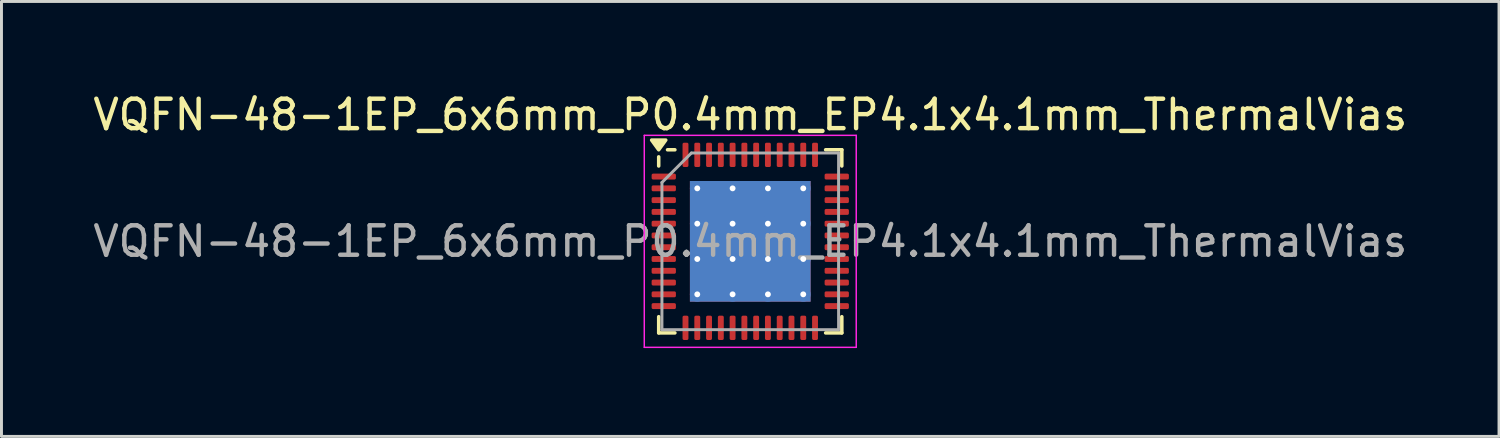
<source format=kicad_pcb>
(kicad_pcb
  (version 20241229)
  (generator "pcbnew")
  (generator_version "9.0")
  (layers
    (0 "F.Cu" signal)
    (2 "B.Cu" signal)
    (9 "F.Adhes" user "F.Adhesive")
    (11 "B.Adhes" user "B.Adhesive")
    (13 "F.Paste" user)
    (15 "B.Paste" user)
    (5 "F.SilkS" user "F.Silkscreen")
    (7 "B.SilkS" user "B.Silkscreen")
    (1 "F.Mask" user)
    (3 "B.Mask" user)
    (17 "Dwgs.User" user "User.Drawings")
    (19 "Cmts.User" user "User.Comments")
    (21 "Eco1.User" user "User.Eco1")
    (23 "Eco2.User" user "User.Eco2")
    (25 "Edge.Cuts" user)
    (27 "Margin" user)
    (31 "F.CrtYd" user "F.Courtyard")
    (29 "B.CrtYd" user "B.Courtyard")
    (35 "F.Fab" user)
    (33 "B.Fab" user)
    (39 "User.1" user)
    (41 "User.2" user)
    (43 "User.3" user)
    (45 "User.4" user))
  (footprint "VQFN-48-1EP_6x6mm_P0.4mm_EP4.1x4.1mm_ThermalVias"
    (layer "F.Cu")
    (at 22.435 5.148)
    (property "Reference" "VQFN-48-1EP_6x6mm_P0.4mm_EP4.1x4.1mm_ThermalVias" (at 0 -4.3 0) (layer "F.SilkS") (effects (font (size 1 1) (thickness 0.15))))
    (attr smd)
    (fp_line (start -3.11 -2.56) (end -3.11 -2.87) (stroke (width 0.12) (type solid)) (layer "F.SilkS"))
    (fp_line (start -3.11 3.11) (end -3.11 2.56) (stroke (width 0.12) (type solid)) (layer "F.SilkS"))
    (fp_line (start -2.56 -3.11) (end -2.81 -3.11) (stroke (width 0.12) (type solid)) (layer "F.SilkS"))
    (fp_line (start -2.56 3.11) (end -3.11 3.11) (stroke (width 0.12) (type solid)) (layer "F.SilkS"))
    (fp_line (start 2.56 -3.11) (end 3.11 -3.11) (stroke (width 0.12) (type solid)) (layer "F.SilkS"))
    (fp_line (start 2.56 3.11) (end 3.11 3.11) (stroke (width 0.12) (type solid)) (layer "F.SilkS"))
    (fp_line (start 3.11 -3.11) (end 3.11 -2.56) (stroke (width 0.12) (type solid)) (layer "F.SilkS"))
    (fp_line (start 3.11 3.11) (end 3.11 2.56) (stroke (width 0.12) (type solid)) (layer "F.SilkS"))
    (fp_poly (pts (xy -3.11 -3.11) (xy -3.35 -3.44) (xy -2.87 -3.44) (xy -3.11 -3.11)) (stroke (width 0.12) (type solid)) (fill yes) (layer "F.SilkS"))
    (fp_line (start -3.6 -3.6) (end -3.6 3.6) (stroke (width 0.05) (type solid)) (layer "F.CrtYd"))
    (fp_line (start -3.6 3.6) (end 3.6 3.6) (stroke (width 0.05) (type solid)) (layer "F.CrtYd"))
    (fp_line (start 3.6 -3.6) (end -3.6 -3.6) (stroke (width 0.05) (type solid)) (layer "F.CrtYd"))
    (fp_line (start 3.6 3.6) (end 3.6 -3.6) (stroke (width 0.05) (type solid)) (layer "F.CrtYd"))
    (fp_line (start -3 -2) (end -2 -3) (stroke (width 0.1) (type solid)) (layer "F.Fab"))
    (fp_line (start -3 3) (end -3 -2) (stroke (width 0.1) (type solid)) (layer "F.Fab"))
    (fp_line (start -2 -3) (end 3 -3) (stroke (width 0.1) (type solid)) (layer "F.Fab"))
    (fp_line (start 3 -3) (end 3 3) (stroke (width 0.1) (type solid)) (layer "F.Fab"))
    (fp_line (start 3 3) (end -3 3) (stroke (width 0.1) (type solid)) (layer "F.Fab"))
    (fp_text user "${REFERENCE}" (at 0 0 0) (layer "F.Fab") (effects (font (size 1 1) (thickness 0.15))))
    (pad "" smd roundrect (at -1.37 -1.37) (size 1.1 1.1) (layers "F.Paste") (roundrect_rratio 0.227))
    (pad "" smd roundrect (at -1.37 0) (size 1.1 1.1) (layers "F.Paste") (roundrect_rratio 0.227))
    (pad "" smd roundrect (at -1.37 1.37) (size 1.1 1.1) (layers "F.Paste") (roundrect_rratio 0.227))
    (pad "" smd roundrect (at 0 -1.37) (size 1.1 1.1) (layers "F.Paste") (roundrect_rratio 0.227))
    (pad "" smd roundrect (at 0 0) (size 1.1 1.1) (layers "F.Paste") (roundrect_rratio 0.227))
    (pad "" smd roundrect (at 0 1.37) (size 1.1 1.1) (layers "F.Paste") (roundrect_rratio 0.227))
    (pad "" smd roundrect (at 1.37 -1.37) (size 1.1 1.1) (layers "F.Paste") (roundrect_rratio 0.227))
    (pad "" smd roundrect (at 1.37 0) (size 1.1 1.1) (layers "F.Paste") (roundrect_rratio 0.227))
    (pad "" smd roundrect (at 1.37 1.37) (size 1.1 1.1) (layers "F.Paste") (roundrect_rratio 0.227))
    (pad "1" smd roundrect (at -2.938 -2.2) (size 0.825 0.2) (layers "F.Cu" "F.Mask" "F.Paste") (roundrect_rratio 0.25))
    (pad "2" smd roundrect (at -2.938 -1.8) (size 0.825 0.2) (layers "F.Cu" "F.Mask" "F.Paste") (roundrect_rratio 0.25))
    (pad "3" smd roundrect (at -2.938 -1.4) (size 0.825 0.2) (layers "F.Cu" "F.Mask" "F.Paste") (roundrect_rratio 0.25))
    (pad "4" smd roundrect (at -2.938 -1) (size 0.825 0.2) (layers "F.Cu" "F.Mask" "F.Paste") (roundrect_rratio 0.25))
    (pad "5" smd roundrect (at -2.938 -0.6) (size 0.825 0.2) (layers "F.Cu" "F.Mask" "F.Paste") (roundrect_rratio 0.25))
    (pad "6" smd roundrect (at -2.938 -0.2) (size 0.825 0.2) (layers "F.Cu" "F.Mask" "F.Paste") (roundrect_rratio 0.25))
    (pad "7" smd roundrect (at -2.938 0.2) (size 0.825 0.2) (layers "F.Cu" "F.Mask" "F.Paste") (roundrect_rratio 0.25))
    (pad "8" smd roundrect (at -2.938 0.6) (size 0.825 0.2) (layers "F.Cu" "F.Mask" "F.Paste") (roundrect_rratio 0.25))
    (pad "9" smd roundrect (at -2.938 1) (size 0.825 0.2) (layers "F.Cu" "F.Mask" "F.Paste") (roundrect_rratio 0.25))
    (pad "10" smd roundrect (at -2.938 1.4) (size 0.825 0.2) (layers "F.Cu" "F.Mask" "F.Paste") (roundrect_rratio 0.25))
    (pad "11" smd roundrect (at -2.938 1.8) (size 0.825 0.2) (layers "F.Cu" "F.Mask" "F.Paste") (roundrect_rratio 0.25))
    (pad "12" smd roundrect (at -2.938 2.2) (size 0.825 0.2) (layers "F.Cu" "F.Mask" "F.Paste") (roundrect_rratio 0.25))
    (pad "13" smd roundrect (at -2.2 2.938) (size 0.2 0.825) (layers "F.Cu" "F.Mask" "F.Paste") (roundrect_rratio 0.25))
    (pad "14" smd roundrect (at -1.8 2.938) (size 0.2 0.825) (layers "F.Cu" "F.Mask" "F.Paste") (roundrect_rratio 0.25))
    (pad "15" smd roundrect (at -1.4 2.938) (size 0.2 0.825) (layers "F.Cu" "F.Mask" "F.Paste") (roundrect_rratio 0.25))
    (pad "16" smd roundrect (at -1 2.938) (size 0.2 0.825) (layers "F.Cu" "F.Mask" "F.Paste") (roundrect_rratio 0.25))
    (pad "17" smd roundrect (at -0.6 2.938) (size 0.2 0.825) (layers "F.Cu" "F.Mask" "F.Paste") (roundrect_rratio 0.25))
    (pad "18" smd roundrect (at -0.2 2.938) (size 0.2 0.825) (layers "F.Cu" "F.Mask" "F.Paste") (roundrect_rratio 0.25))
    (pad "19" smd roundrect (at 0.2 2.938) (size 0.2 0.825) (layers "F.Cu" "F.Mask" "F.Paste") (roundrect_rratio 0.25))
    (pad "20" smd roundrect (at 0.6 2.938) (size 0.2 0.825) (layers "F.Cu" "F.Mask" "F.Paste") (roundrect_rratio 0.25))
    (pad "21" smd roundrect (at 1 2.938) (size 0.2 0.825) (layers "F.Cu" "F.Mask" "F.Paste") (roundrect_rratio 0.25))
    (pad "22" smd roundrect (at 1.4 2.938) (size 0.2 0.825) (layers "F.Cu" "F.Mask" "F.Paste") (roundrect_rratio 0.25))
    (pad "23" smd roundrect (at 1.8 2.938) (size 0.2 0.825) (layers "F.Cu" "F.Mask" "F.Paste") (roundrect_rratio 0.25))
    (pad "24" smd roundrect (at 2.2 2.938) (size 0.2 0.825) (layers "F.Cu" "F.Mask" "F.Paste") (roundrect_rratio 0.25))
    (pad "25" smd roundrect (at 2.938 2.2) (size 0.825 0.2) (layers "F.Cu" "F.Mask" "F.Paste") (roundrect_rratio 0.25))
    (pad "26" smd roundrect (at 2.938 1.8) (size 0.825 0.2) (layers "F.Cu" "F.Mask" "F.Paste") (roundrect_rratio 0.25))
    (pad "27" smd roundrect (at 2.938 1.4) (size 0.825 0.2) (layers "F.Cu" "F.Mask" "F.Paste") (roundrect_rratio 0.25))
    (pad "28" smd roundrect (at 2.938 1) (size 0.825 0.2) (layers "F.Cu" "F.Mask" "F.Paste") (roundrect_rratio 0.25))
    (pad "29" smd roundrect (at 2.938 0.6) (size 0.825 0.2) (layers "F.Cu" "F.Mask" "F.Paste") (roundrect_rratio 0.25))
    (pad "30" smd roundrect (at 2.938 0.2) (size 0.825 0.2) (layers "F.Cu" "F.Mask" "F.Paste") (roundrect_rratio 0.25))
    (pad "31" smd roundrect (at 2.938 -0.2) (size 0.825 0.2) (layers "F.Cu" "F.Mask" "F.Paste") (roundrect_rratio 0.25))
    (pad "32" smd roundrect (at 2.938 -0.6) (size 0.825 0.2) (layers "F.Cu" "F.Mask" "F.Paste") (roundrect_rratio 0.25))
    (pad "33" smd roundrect (at 2.938 -1) (size 0.825 0.2) (layers "F.Cu" "F.Mask" "F.Paste") (roundrect_rratio 0.25))
    (pad "34" smd roundrect (at 2.938 -1.4) (size 0.825 0.2) (layers "F.Cu" "F.Mask" "F.Paste") (roundrect_rratio 0.25))
    (pad "35" smd roundrect (at 2.938 -1.8) (size 0.825 0.2) (layers "F.Cu" "F.Mask" "F.Paste") (roundrect_rratio 0.25))
    (pad "36" smd roundrect (at 2.938 -2.2) (size 0.825 0.2) (layers "F.Cu" "F.Mask" "F.Paste") (roundrect_rratio 0.25))
    (pad "37" smd roundrect (at 2.2 -2.938) (size 0.2 0.825) (layers "F.Cu" "F.Mask" "F.Paste") (roundrect_rratio 0.25))
    (pad "38" smd roundrect (at 1.8 -2.938) (size 0.2 0.825) (layers "F.Cu" "F.Mask" "F.Paste") (roundrect_rratio 0.25))
    (pad "39" smd roundrect (at 1.4 -2.938) (size 0.2 0.825) (layers "F.Cu" "F.Mask" "F.Paste") (roundrect_rratio 0.25))
    (pad "40" smd roundrect (at 1 -2.938) (size 0.2 0.825) (layers "F.Cu" "F.Mask" "F.Paste") (roundrect_rratio 0.25))
    (pad "41" smd roundrect (at 0.6 -2.938) (size 0.2 0.825) (layers "F.Cu" "F.Mask" "F.Paste") (roundrect_rratio 0.25))
    (pad "42" smd roundrect (at 0.2 -2.938) (size 0.2 0.825) (layers "F.Cu" "F.Mask" "F.Paste") (roundrect_rratio 0.25))
    (pad "43" smd roundrect (at -0.2 -2.938) (size 0.2 0.825) (layers "F.Cu" "F.Mask" "F.Paste") (roundrect_rratio 0.25))
    (pad "44" smd roundrect (at -0.6 -2.938) (size 0.2 0.825) (layers "F.Cu" "F.Mask" "F.Paste") (roundrect_rratio 0.25))
    (pad "45" smd roundrect (at -1 -2.938) (size 0.2 0.825) (layers "F.Cu" "F.Mask" "F.Paste") (roundrect_rratio 0.25))
    (pad "46" smd roundrect (at -1.4 -2.938) (size 0.2 0.825) (layers "F.Cu" "F.Mask" "F.Paste") (roundrect_rratio 0.25))
    (pad "47" smd roundrect (at -1.8 -2.938) (size 0.2 0.825) (layers "F.Cu" "F.Mask" "F.Paste") (roundrect_rratio 0.25))
    (pad "48" smd roundrect (at -2.2 -2.938) (size 0.2 0.825) (layers "F.Cu" "F.Mask" "F.Paste") (roundrect_rratio 0.25))
    (pad "49" thru_hole circle (at -1.8 -1.8) (size 0.5 0.5) (drill 0.2) (property pad_prop_heatsink) (layers "*.Cu"))
    (pad "49" thru_hole circle (at -1.8 -0.6) (size 0.5 0.5) (drill 0.2) (property pad_prop_heatsink) (layers "*.Cu"))
    (pad "49" thru_hole circle (at -1.8 0.6) (size 0.5 0.5) (drill 0.2) (property pad_prop_heatsink) (layers "*.Cu"))
    (pad "49" thru_hole circle (at -1.8 1.8) (size 0.5 0.5) (drill 0.2) (property pad_prop_heatsink) (layers "*.Cu"))
    (pad "49" thru_hole circle (at -0.6 -1.8) (size 0.5 0.5) (drill 0.2) (property pad_prop_heatsink) (layers "*.Cu"))
    (pad "49" thru_hole circle (at -0.6 -0.6) (size 0.5 0.5) (drill 0.2) (property pad_prop_heatsink) (layers "*.Cu"))
    (pad "49" thru_hole circle (at -0.6 0.6) (size 0.5 0.5) (drill 0.2) (property pad_prop_heatsink) (layers "*.Cu"))
    (pad "49" thru_hole circle (at -0.6 1.8) (size 0.5 0.5) (drill 0.2) (property pad_prop_heatsink) (layers "*.Cu"))
    (pad "49" smd rect (at 0 0) (size 4.1 4.1) (property pad_prop_heatsink) (layers "F.Cu" "F.Mask"))
    (pad "49" smd rect (at 0 0) (size 4.1 4.1) (property pad_prop_heatsink) (layers "B.Cu"))
    (pad "49" thru_hole circle (at 0.6 -1.8) (size 0.5 0.5) (drill 0.2) (property pad_prop_heatsink) (layers "*.Cu"))
    (pad "49" thru_hole circle (at 0.6 -0.6) (size 0.5 0.5) (drill 0.2) (property pad_prop_heatsink) (layers "*.Cu"))
    (pad "49" thru_hole circle (at 0.6 0.6) (size 0.5 0.5) (drill 0.2) (property pad_prop_heatsink) (layers "*.Cu"))
    (pad "49" thru_hole circle (at 0.6 1.8) (size 0.5 0.5) (drill 0.2) (property pad_prop_heatsink) (layers "*.Cu"))
    (pad "49" thru_hole circle (at 1.8 -1.8) (size 0.5 0.5) (drill 0.2) (property pad_prop_heatsink) (layers "*.Cu"))
    (pad "49" thru_hole circle (at 1.8 -0.6) (size 0.5 0.5) (drill 0.2) (property pad_prop_heatsink) (layers "*.Cu"))
    (pad "49" thru_hole circle (at 1.8 0.6) (size 0.5 0.5) (drill 0.2) (property pad_prop_heatsink) (layers "*.Cu"))
    (pad "49" thru_hole circle (at 1.8 1.8) (size 0.5 0.5) (drill 0.2) (property pad_prop_heatsink) (layers "*.Cu")))
  (gr_rect
    (start -3 -3)
    (end 47.869 11.773)
    (stroke (width 0.1) (type default))
    (fill no)
    (layer "Edge.Cuts")))
</source>
